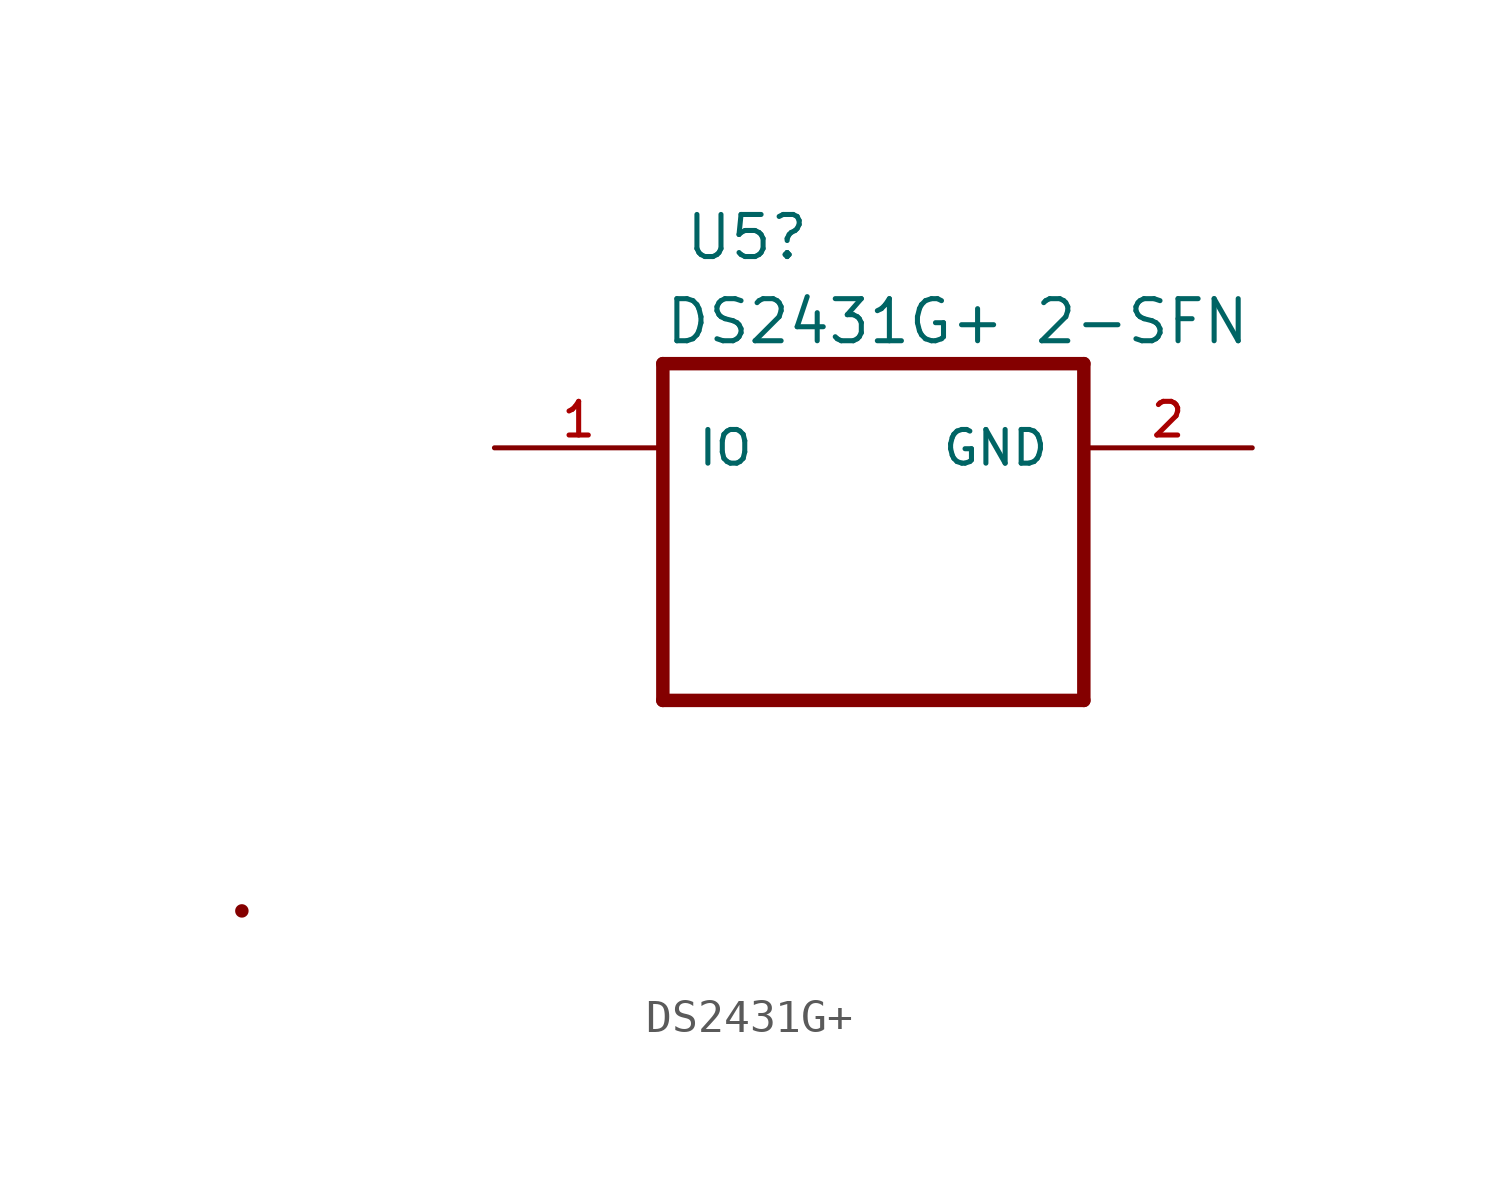
<source format=kicad_sym>
(kicad_symbol_lib
  (version 20220914)
  (generator kicad_symbol_editor)
  (symbol "DS2431G+"
    (pin_names
      (offset 1.016))
    (property "Reference" "U5"
      (at 2.54 8.89 0)
      (effects (font (size 1.27 1.27))))
    (property "Value" "DS2431G+ 2-SFN"
      (at 8.89 6.35 0)
      (effects (font (size 1.27 1.27))))
    (property "ki_locked" ""
      (at 0 0 0)
      (effects (font (size 1.27 1.27))))
    (symbol "DS2431G+_0_0"
      (polyline (pts (xy 0 -5.08) (xy 0 5.08)) (stroke (width 0.406) (type default)) (fill (type none)))
      (polyline (pts (xy 12.7 5.08) (xy 12.7 -5.08)) (stroke (width 0.406) (type default)) (fill (type none))))
    (symbol "DS2431G+_1_0"
      (pin bidirectional line (at -5.08 2.54 0) (length 5.08) (name "IO" (effects (font (size 1.016 1.016)))) (number "1" (effects (font (size 1.016 1.016)))))
      (pin power_in line (at 17.78 2.54 180) (length 5.08) (name "GND" (effects (font (size 1.016 1.016)))) (number "2" (effects (font (size 1.016 1.016))))))
    (symbol "DS2431G+_1_1"
      (polyline (pts (xy -12.7 -11.43) (xy -12.7 -11.43)) (stroke (width 0.406) (type default)) (fill (type none)))
      (polyline (pts (xy 0 -5.08) (xy 12.7 -5.08)) (stroke (width 0.406) (type default)) (fill (type none)))
      (polyline (pts (xy 0 5.08) (xy 12.7 5.08)) (stroke (width 0.406) (type default)) (fill (type none))))))
</source>
